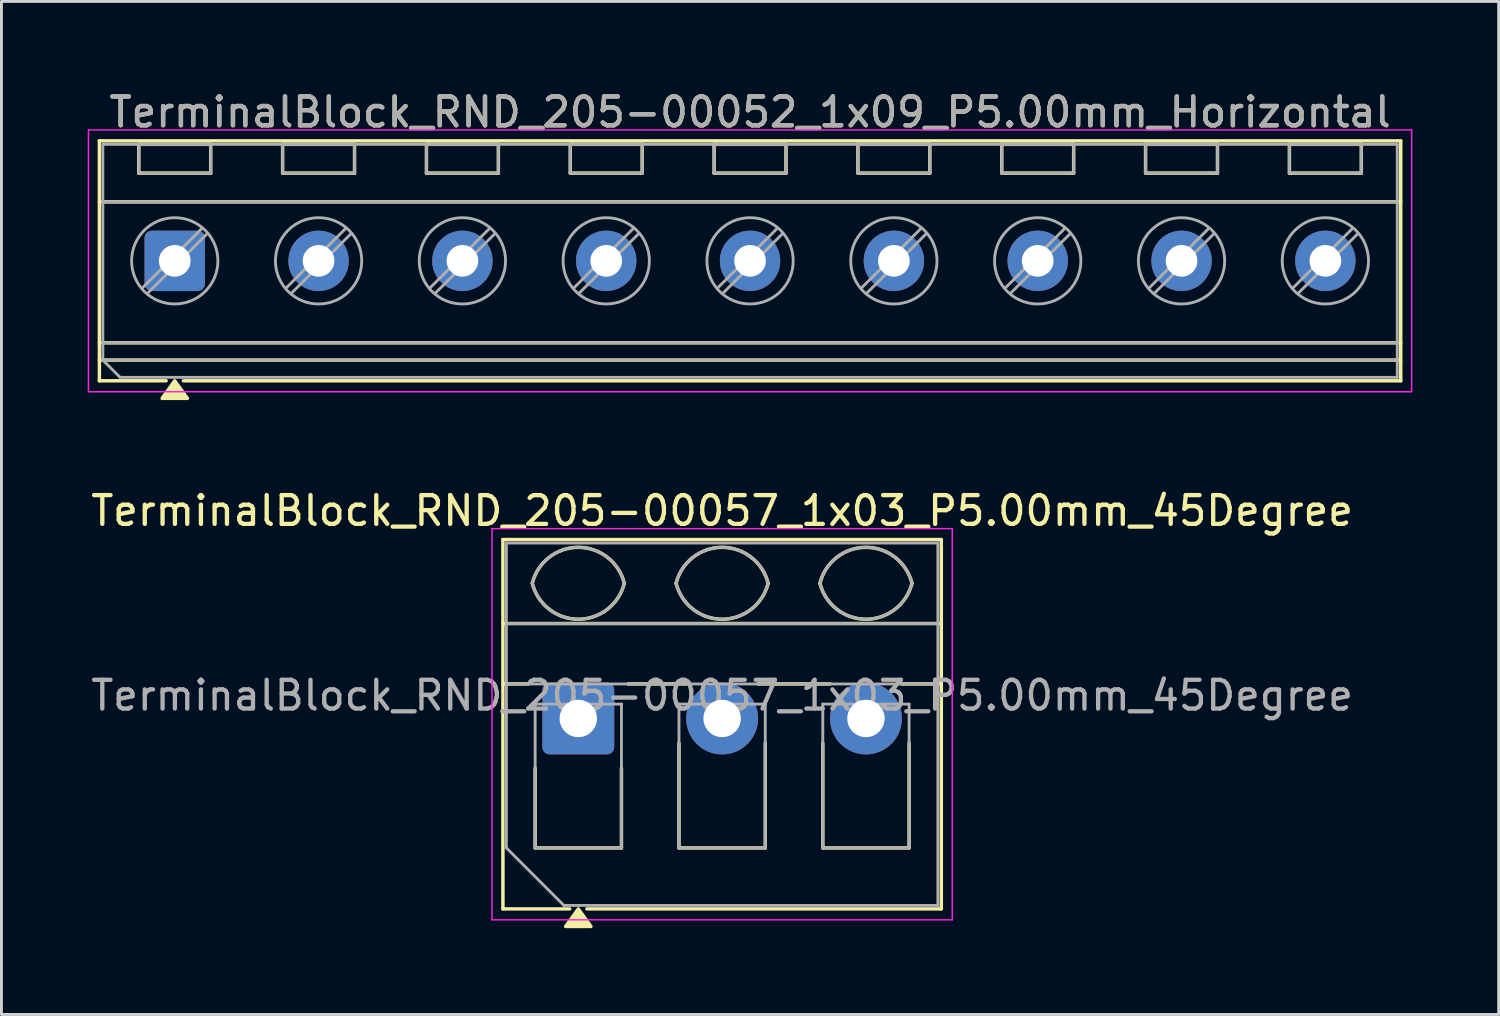
<source format=kicad_pcb>
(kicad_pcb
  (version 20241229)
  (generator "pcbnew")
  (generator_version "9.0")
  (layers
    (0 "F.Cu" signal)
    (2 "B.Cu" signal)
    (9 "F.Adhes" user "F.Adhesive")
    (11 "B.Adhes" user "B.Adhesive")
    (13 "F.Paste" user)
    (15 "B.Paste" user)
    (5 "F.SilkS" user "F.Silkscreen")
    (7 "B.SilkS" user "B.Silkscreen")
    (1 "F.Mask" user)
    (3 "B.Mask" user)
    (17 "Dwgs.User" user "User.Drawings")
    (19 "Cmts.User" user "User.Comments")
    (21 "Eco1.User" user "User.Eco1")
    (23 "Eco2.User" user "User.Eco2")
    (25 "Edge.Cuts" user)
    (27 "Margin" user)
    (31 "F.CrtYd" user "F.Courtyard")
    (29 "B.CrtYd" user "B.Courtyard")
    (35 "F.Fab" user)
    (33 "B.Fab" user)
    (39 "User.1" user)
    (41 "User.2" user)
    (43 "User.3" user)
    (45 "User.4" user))
  (footprint "TerminalBlock_RND_205-00057_1x03_P5.00mm_45Degree"
    (layer "F.Cu")
    (at 17.054 21.927)
    (property "Reference" "TerminalBlock_RND_205-00057_1x03_P5.00mm_45Degree" (at 5 -7.22 0) (layer "F.SilkS") (effects (font (size 1 1) (thickness 0.15))))
    (attr through_hole)
    (fp_line (start -2.62 -6.22) (end -2.62 6.62) (stroke (width 0.12) (type solid)) (layer "F.SilkS"))
    (fp_line (start -2.62 -6.22) (end 12.62 -6.22) (stroke (width 0.12) (type solid)) (layer "F.SilkS"))
    (fp_line (start -2.62 -3.3) (end 12.62 -3.3) (stroke (width 0.12) (type solid)) (layer "F.SilkS"))
    (fp_line (start -2.62 -1.2) (end -1.73 -1.2) (stroke (width 0.12) (type solid)) (layer "F.SilkS"))
    (fp_line (start -2.62 6.62) (end -0.3 6.62) (stroke (width 0.12) (type solid)) (layer "F.SilkS"))
    (fp_line (start -1.5 1.73) (end -1.5 4.5) (stroke (width 0.12) (type solid)) (layer "F.SilkS"))
    (fp_line (start -1.5 4.5) (end 1.5 4.5) (stroke (width 0.12) (type solid)) (layer "F.SilkS"))
    (fp_line (start 0.3 6.62) (end 12.62 6.62) (stroke (width 0.12) (type solid)) (layer "F.SilkS"))
    (fp_line (start 1.5 1.73) (end 1.5 4.5) (stroke (width 0.12) (type solid)) (layer "F.SilkS"))
    (fp_line (start 1.73 -1.2) (end 3.754 -1.2) (stroke (width 0.12) (type solid)) (layer "F.SilkS"))
    (fp_line (start 3.5 0.862) (end 3.5 4.5) (stroke (width 0.12) (type solid)) (layer "F.SilkS"))
    (fp_line (start 3.5 4.5) (end 6.5 4.5) (stroke (width 0.12) (type solid)) (layer "F.SilkS"))
    (fp_line (start 6.246 -1.2) (end 8.754 -1.2) (stroke (width 0.12) (type solid)) (layer "F.SilkS"))
    (fp_line (start 6.5 0.862) (end 6.5 4.5) (stroke (width 0.12) (type solid)) (layer "F.SilkS"))
    (fp_line (start 8.5 0.862) (end 8.5 4.5) (stroke (width 0.12) (type solid)) (layer "F.SilkS"))
    (fp_line (start 8.5 4.5) (end 11.5 4.5) (stroke (width 0.12) (type solid)) (layer "F.SilkS"))
    (fp_line (start 11.246 -1.2) (end 12.62 -1.2) (stroke (width 0.12) (type solid)) (layer "F.SilkS"))
    (fp_line (start 11.5 0.862) (end 11.5 4.5) (stroke (width 0.12) (type solid)) (layer "F.SilkS"))
    (fp_line (start 12.62 -6.22) (end 12.62 6.62) (stroke (width 0.12) (type solid)) (layer "F.SilkS"))
    (fp_arc (start -1.600031 -4.699875) (mid -0.000065 -5.95) (end 1.6 -4.7) (stroke (width 0.12) (type solid)) (layer "F.SilkS"))
    (fp_arc (start 1.6 -4.7) (mid -0.000065 -3.45) (end -1.600031 -4.700125) (stroke (width 0.12) (type solid)) (layer "F.SilkS"))
    (fp_arc (start 3.399969 -4.699875) (mid 4.999935 -5.95) (end 6.6 -4.7) (stroke (width 0.12) (type solid)) (layer "F.SilkS"))
    (fp_arc (start 6.6 -4.7) (mid 4.999935 -3.45) (end 3.399969 -4.700125) (stroke (width 0.12) (type solid)) (layer "F.SilkS"))
    (fp_arc (start 8.399969 -4.699875) (mid 9.999935 -5.95) (end 11.6 -4.7) (stroke (width 0.12) (type solid)) (layer "F.SilkS"))
    (fp_arc (start 11.6 -4.7) (mid 9.999935 -3.45) (end 8.399969 -4.700125) (stroke (width 0.12) (type solid)) (layer "F.SilkS"))
    (fp_poly (pts (xy 0 6.62) (xy 0.44 7.23) (xy -0.44 7.23)) (stroke (width 0.12) (type solid)) (fill yes) (layer "F.SilkS"))
    (fp_line (start -3 -6.6) (end -3 7) (stroke (width 0.05) (type solid)) (layer "F.CrtYd"))
    (fp_line (start -3 7) (end 13 7) (stroke (width 0.05) (type solid)) (layer "F.CrtYd"))
    (fp_line (start 13 -6.6) (end -3 -6.6) (stroke (width 0.05) (type solid)) (layer "F.CrtYd"))
    (fp_line (start 13 7) (end 13 -6.6) (stroke (width 0.05) (type solid)) (layer "F.CrtYd"))
    (fp_line (start -2.5 -6.1) (end 12.5 -6.1) (stroke (width 0.1) (type solid)) (layer "F.Fab"))
    (fp_line (start -2.5 -3.3) (end 12.5 -3.3) (stroke (width 0.1) (type solid)) (layer "F.Fab"))
    (fp_line (start -2.5 -1.2) (end 12.5 -1.2) (stroke (width 0.1) (type solid)) (layer "F.Fab"))
    (fp_line (start -2.5 4.5) (end -2.5 -6.1) (stroke (width 0.1) (type solid)) (layer "F.Fab"))
    (fp_line (start -1.5 -0.5) (end -1.5 4.5) (stroke (width 0.1) (type solid)) (layer "F.Fab"))
    (fp_line (start -1.5 4.5) (end 1.5 4.5) (stroke (width 0.1) (type solid)) (layer "F.Fab"))
    (fp_line (start -0.5 6.5) (end -2.5 4.5) (stroke (width 0.1) (type solid)) (layer "F.Fab"))
    (fp_line (start 1.5 -0.5) (end -1.5 -0.5) (stroke (width 0.1) (type solid)) (layer "F.Fab"))
    (fp_line (start 1.5 4.5) (end 1.5 -0.5) (stroke (width 0.1) (type solid)) (layer "F.Fab"))
    (fp_line (start 3.5 -0.5) (end 3.5 4.5) (stroke (width 0.1) (type solid)) (layer "F.Fab"))
    (fp_line (start 3.5 4.5) (end 6.5 4.5) (stroke (width 0.1) (type solid)) (layer "F.Fab"))
    (fp_line (start 6.5 -0.5) (end 3.5 -0.5) (stroke (width 0.1) (type solid)) (layer "F.Fab"))
    (fp_line (start 6.5 4.5) (end 6.5 -0.5) (stroke (width 0.1) (type solid)) (layer "F.Fab"))
    (fp_line (start 8.5 -0.5) (end 8.5 4.5) (stroke (width 0.1) (type solid)) (layer "F.Fab"))
    (fp_line (start 8.5 4.5) (end 11.5 4.5) (stroke (width 0.1) (type solid)) (layer "F.Fab"))
    (fp_line (start 11.5 -0.5) (end 8.5 -0.5) (stroke (width 0.1) (type solid)) (layer "F.Fab"))
    (fp_line (start 11.5 4.5) (end 11.5 -0.5) (stroke (width 0.1) (type solid)) (layer "F.Fab"))
    (fp_line (start 12.5 -6.1) (end 12.5 6.5) (stroke (width 0.1) (type solid)) (layer "F.Fab"))
    (fp_line (start 12.5 6.5) (end -0.5 6.5) (stroke (width 0.1) (type solid)) (layer "F.Fab"))
    (fp_arc (start -1.600914 -4.700344) (mid 0.000177 -5.95097) (end 1.601 -4.7) (stroke (width 0.1) (type solid)) (layer "F.Fab"))
    (fp_arc (start 1.6 -4.7) (mid -0.000065 -3.45) (end -1.600031 -4.700125) (stroke (width 0.1) (type solid)) (layer "F.Fab"))
    (fp_arc (start 3.399086 -4.700344) (mid 5.000177 -5.95097) (end 6.601 -4.7) (stroke (width 0.1) (type solid)) (layer "F.Fab"))
    (fp_arc (start 6.6 -4.7) (mid 4.999935 -3.45) (end 3.399969 -4.700125) (stroke (width 0.1) (type solid)) (layer "F.Fab"))
    (fp_arc (start 8.399086 -4.700344) (mid 10.000177 -5.95097) (end 11.601 -4.7) (stroke (width 0.1) (type solid)) (layer "F.Fab"))
    (fp_arc (start 11.6 -4.7) (mid 9.999935 -3.45) (end 8.399969 -4.700125) (stroke (width 0.1) (type solid)) (layer "F.Fab"))
    (fp_text user "${REFERENCE}" (at 5 -0.8 0) (layer "F.Fab") (effects (font (size 1 1) (thickness 0.15))))
    (pad "1" thru_hole roundrect (at 0 0) (size 2.5 2.5) (drill 1.3) (layers "*.Cu" "*.Mask") (roundrect_rratio 0.1))
    (pad "2" thru_hole circle (at 5 0) (size 2.5 2.5) (drill 1.3) (layers "*.Cu" "*.Mask"))
    (pad "3" thru_hole circle (at 10 0) (size 2.5 2.5) (drill 1.3) (layers "*.Cu" "*.Mask")))
  (footprint "TerminalBlock_RND_205-00052_1x09_P5.00mm_Horizontal"
    (layer "F.Cu")
    (at 3.025 6.018)
    (property "Reference" "TerminalBlock_RND_205-00052_1x09_P5.00mm_Horizontal" (at 20 -5.17 0) (layer "F.SilkS") (effects (font (size 1 1) (thickness 0.15))))
    (attr through_hole)
    (fp_line (start -2.62 -4.17) (end -2.62 4.17) (stroke (width 0.12) (type solid)) (layer "F.SilkS"))
    (fp_line (start -2.62 -4.17) (end 42.62 -4.17) (stroke (width 0.12) (type solid)) (layer "F.SilkS"))
    (fp_line (start -2.62 -2.05) (end 42.62 -2.05) (stroke (width 0.12) (type solid)) (layer "F.SilkS"))
    (fp_line (start -2.62 2.85) (end 42.62 2.85) (stroke (width 0.12) (type solid)) (layer "F.SilkS"))
    (fp_line (start -2.62 3.45) (end 42.62 3.45) (stroke (width 0.12) (type solid)) (layer "F.SilkS"))
    (fp_line (start -2.62 4.17) (end -0.3 4.17) (stroke (width 0.12) (type solid)) (layer "F.SilkS"))
    (fp_line (start -1.25 -4.05) (end -1.25 -3.05) (stroke (width 0.12) (type solid)) (layer "F.SilkS"))
    (fp_line (start -1.25 -4.05) (end 1.25 -4.05) (stroke (width 0.12) (type solid)) (layer "F.SilkS"))
    (fp_line (start -1.25 -3.05) (end 1.25 -3.05) (stroke (width 0.12) (type solid)) (layer "F.SilkS"))
    (fp_line (start 0.3 4.17) (end 42.62 4.17) (stroke (width 0.12) (type solid)) (layer "F.SilkS"))
    (fp_line (start 1.25 -4.05) (end 1.25 -3.05) (stroke (width 0.12) (type solid)) (layer "F.SilkS"))
    (fp_line (start 3.75 -4.05) (end 3.75 -3.05) (stroke (width 0.12) (type solid)) (layer "F.SilkS"))
    (fp_line (start 3.75 -4.05) (end 6.25 -4.05) (stroke (width 0.12) (type solid)) (layer "F.SilkS"))
    (fp_line (start 3.75 -3.05) (end 6.25 -3.05) (stroke (width 0.12) (type solid)) (layer "F.SilkS"))
    (fp_line (start 6.25 -4.05) (end 6.25 -3.05) (stroke (width 0.12) (type solid)) (layer "F.SilkS"))
    (fp_line (start 8.75 -4.05) (end 8.75 -3.05) (stroke (width 0.12) (type solid)) (layer "F.SilkS"))
    (fp_line (start 8.75 -4.05) (end 11.25 -4.05) (stroke (width 0.12) (type solid)) (layer "F.SilkS"))
    (fp_line (start 8.75 -3.05) (end 11.25 -3.05) (stroke (width 0.12) (type solid)) (layer "F.SilkS"))
    (fp_line (start 11.25 -4.05) (end 11.25 -3.05) (stroke (width 0.12) (type solid)) (layer "F.SilkS"))
    (fp_line (start 13.75 -4.05) (end 13.75 -3.05) (stroke (width 0.12) (type solid)) (layer "F.SilkS"))
    (fp_line (start 13.75 -4.05) (end 16.25 -4.05) (stroke (width 0.12) (type solid)) (layer "F.SilkS"))
    (fp_line (start 13.75 -3.05) (end 16.25 -3.05) (stroke (width 0.12) (type solid)) (layer "F.SilkS"))
    (fp_line (start 16.25 -4.05) (end 16.25 -3.05) (stroke (width 0.12) (type solid)) (layer "F.SilkS"))
    (fp_line (start 18.75 -4.05) (end 18.75 -3.05) (stroke (width 0.12) (type solid)) (layer "F.SilkS"))
    (fp_line (start 18.75 -4.05) (end 21.25 -4.05) (stroke (width 0.12) (type solid)) (layer "F.SilkS"))
    (fp_line (start 18.75 -3.05) (end 21.25 -3.05) (stroke (width 0.12) (type solid)) (layer "F.SilkS"))
    (fp_line (start 21.25 -4.05) (end 21.25 -3.05) (stroke (width 0.12) (type solid)) (layer "F.SilkS"))
    (fp_line (start 23.75 -4.05) (end 23.75 -3.05) (stroke (width 0.12) (type solid)) (layer "F.SilkS"))
    (fp_line (start 23.75 -4.05) (end 26.25 -4.05) (stroke (width 0.12) (type solid)) (layer "F.SilkS"))
    (fp_line (start 23.75 -3.05) (end 26.25 -3.05) (stroke (width 0.12) (type solid)) (layer "F.SilkS"))
    (fp_line (start 26.25 -4.05) (end 26.25 -3.05) (stroke (width 0.12) (type solid)) (layer "F.SilkS"))
    (fp_line (start 28.75 -4.05) (end 28.75 -3.05) (stroke (width 0.12) (type solid)) (layer "F.SilkS"))
    (fp_line (start 28.75 -4.05) (end 31.25 -4.05) (stroke (width 0.12) (type solid)) (layer "F.SilkS"))
    (fp_line (start 28.75 -3.05) (end 31.25 -3.05) (stroke (width 0.12) (type solid)) (layer "F.SilkS"))
    (fp_line (start 31.25 -4.05) (end 31.25 -3.05) (stroke (width 0.12) (type solid)) (layer "F.SilkS"))
    (fp_line (start 33.75 -4.05) (end 33.75 -3.05) (stroke (width 0.12) (type solid)) (layer "F.SilkS"))
    (fp_line (start 33.75 -4.05) (end 36.25 -4.05) (stroke (width 0.12) (type solid)) (layer "F.SilkS"))
    (fp_line (start 33.75 -3.05) (end 36.25 -3.05) (stroke (width 0.12) (type solid)) (layer "F.SilkS"))
    (fp_line (start 36.25 -4.05) (end 36.25 -3.05) (stroke (width 0.12) (type solid)) (layer "F.SilkS"))
    (fp_line (start 38.75 -4.05) (end 38.75 -3.05) (stroke (width 0.12) (type solid)) (layer "F.SilkS"))
    (fp_line (start 38.75 -4.05) (end 41.25 -4.05) (stroke (width 0.12) (type solid)) (layer "F.SilkS"))
    (fp_line (start 38.75 -3.05) (end 41.25 -3.05) (stroke (width 0.12) (type solid)) (layer "F.SilkS"))
    (fp_line (start 41.25 -4.05) (end 41.25 -3.05) (stroke (width 0.12) (type solid)) (layer "F.SilkS"))
    (fp_line (start 42.62 -4.17) (end 42.62 4.17) (stroke (width 0.12) (type solid)) (layer "F.SilkS"))
    (fp_poly (pts (xy 0 4.17) (xy 0.44 4.78) (xy -0.44 4.78)) (stroke (width 0.12) (type solid)) (fill yes) (layer "F.SilkS"))
    (fp_line (start -3 -4.55) (end -3 4.55) (stroke (width 0.05) (type solid)) (layer "F.CrtYd"))
    (fp_line (start -3 4.55) (end 43 4.55) (stroke (width 0.05) (type solid)) (layer "F.CrtYd"))
    (fp_line (start 43 -4.55) (end -3 -4.55) (stroke (width 0.05) (type solid)) (layer "F.CrtYd"))
    (fp_line (start 43 4.55) (end 43 -4.55) (stroke (width 0.05) (type solid)) (layer "F.CrtYd"))
    (fp_line (start -2.5 -4.05) (end 42.5 -4.05) (stroke (width 0.1) (type solid)) (layer "F.Fab"))
    (fp_line (start -2.5 -2.05) (end 42.5 -2.05) (stroke (width 0.1) (type solid)) (layer "F.Fab"))
    (fp_line (start -2.5 2.85) (end 42.5 2.85) (stroke (width 0.1) (type solid)) (layer "F.Fab"))
    (fp_line (start -2.5 3.45) (end -2.5 -4.05) (stroke (width 0.1) (type solid)) (layer "F.Fab"))
    (fp_line (start -2.5 3.45) (end 42.5 3.45) (stroke (width 0.1) (type solid)) (layer "F.Fab"))
    (fp_line (start -1.9 4.05) (end -2.5 3.45) (stroke (width 0.1) (type solid)) (layer "F.Fab"))
    (fp_line (start -1.25 -4.05) (end -1.25 -3.05) (stroke (width 0.1) (type solid)) (layer "F.Fab"))
    (fp_line (start -1.25 -3.05) (end 1.25 -3.05) (stroke (width 0.1) (type solid)) (layer "F.Fab"))
    (fp_line (start 0.955 -1.138) (end -1.138 0.954) (stroke (width 0.1) (type solid)) (layer "F.Fab"))
    (fp_line (start 1.138 -0.954) (end -0.955 1.137) (stroke (width 0.1) (type solid)) (layer "F.Fab"))
    (fp_line (start 1.25 -4.05) (end -1.25 -4.05) (stroke (width 0.1) (type solid)) (layer "F.Fab"))
    (fp_line (start 1.25 -3.05) (end 1.25 -4.05) (stroke (width 0.1) (type solid)) (layer "F.Fab"))
    (fp_line (start 3.75 -4.05) (end 3.75 -3.05) (stroke (width 0.1) (type solid)) (layer "F.Fab"))
    (fp_line (start 3.75 -3.05) (end 6.25 -3.05) (stroke (width 0.1) (type solid)) (layer "F.Fab"))
    (fp_line (start 5.955 -1.138) (end 3.862 0.954) (stroke (width 0.1) (type solid)) (layer "F.Fab"))
    (fp_line (start 6.138 -0.954) (end 4.045 1.137) (stroke (width 0.1) (type solid)) (layer "F.Fab"))
    (fp_line (start 6.25 -4.05) (end 3.75 -4.05) (stroke (width 0.1) (type solid)) (layer "F.Fab"))
    (fp_line (start 6.25 -3.05) (end 6.25 -4.05) (stroke (width 0.1) (type solid)) (layer "F.Fab"))
    (fp_line (start 8.75 -4.05) (end 8.75 -3.05) (stroke (width 0.1) (type solid)) (layer "F.Fab"))
    (fp_line (start 8.75 -3.05) (end 11.25 -3.05) (stroke (width 0.1) (type solid)) (layer "F.Fab"))
    (fp_line (start 10.955 -1.138) (end 8.862 0.954) (stroke (width 0.1) (type solid)) (layer "F.Fab"))
    (fp_line (start 11.138 -0.954) (end 9.045 1.137) (stroke (width 0.1) (type solid)) (layer "F.Fab"))
    (fp_line (start 11.25 -4.05) (end 8.75 -4.05) (stroke (width 0.1) (type solid)) (layer "F.Fab"))
    (fp_line (start 11.25 -3.05) (end 11.25 -4.05) (stroke (width 0.1) (type solid)) (layer "F.Fab"))
    (fp_line (start 13.75 -4.05) (end 13.75 -3.05) (stroke (width 0.1) (type solid)) (layer "F.Fab"))
    (fp_line (start 13.75 -3.05) (end 16.25 -3.05) (stroke (width 0.1) (type solid)) (layer "F.Fab"))
    (fp_line (start 15.955 -1.138) (end 13.862 0.954) (stroke (width 0.1) (type solid)) (layer "F.Fab"))
    (fp_line (start 16.138 -0.954) (end 14.045 1.137) (stroke (width 0.1) (type solid)) (layer "F.Fab"))
    (fp_line (start 16.25 -4.05) (end 13.75 -4.05) (stroke (width 0.1) (type solid)) (layer "F.Fab"))
    (fp_line (start 16.25 -3.05) (end 16.25 -4.05) (stroke (width 0.1) (type solid)) (layer "F.Fab"))
    (fp_line (start 18.75 -4.05) (end 18.75 -3.05) (stroke (width 0.1) (type solid)) (layer "F.Fab"))
    (fp_line (start 18.75 -3.05) (end 21.25 -3.05) (stroke (width 0.1) (type solid)) (layer "F.Fab"))
    (fp_line (start 20.955 -1.138) (end 18.862 0.954) (stroke (width 0.1) (type solid)) (layer "F.Fab"))
    (fp_line (start 21.138 -0.954) (end 19.045 1.137) (stroke (width 0.1) (type solid)) (layer "F.Fab"))
    (fp_line (start 21.25 -4.05) (end 18.75 -4.05) (stroke (width 0.1) (type solid)) (layer "F.Fab"))
    (fp_line (start 21.25 -3.05) (end 21.25 -4.05) (stroke (width 0.1) (type solid)) (layer "F.Fab"))
    (fp_line (start 23.75 -4.05) (end 23.75 -3.05) (stroke (width 0.1) (type solid)) (layer "F.Fab"))
    (fp_line (start 23.75 -3.05) (end 26.25 -3.05) (stroke (width 0.1) (type solid)) (layer "F.Fab"))
    (fp_line (start 25.955 -1.138) (end 23.862 0.954) (stroke (width 0.1) (type solid)) (layer "F.Fab"))
    (fp_line (start 26.138 -0.954) (end 24.045 1.137) (stroke (width 0.1) (type solid)) (layer "F.Fab"))
    (fp_line (start 26.25 -4.05) (end 23.75 -4.05) (stroke (width 0.1) (type solid)) (layer "F.Fab"))
    (fp_line (start 26.25 -3.05) (end 26.25 -4.05) (stroke (width 0.1) (type solid)) (layer "F.Fab"))
    (fp_line (start 28.75 -4.05) (end 28.75 -3.05) (stroke (width 0.1) (type solid)) (layer "F.Fab"))
    (fp_line (start 28.75 -3.05) (end 31.25 -3.05) (stroke (width 0.1) (type solid)) (layer "F.Fab"))
    (fp_line (start 30.955 -1.138) (end 28.862 0.954) (stroke (width 0.1) (type solid)) (layer "F.Fab"))
    (fp_line (start 31.138 -0.954) (end 29.045 1.137) (stroke (width 0.1) (type solid)) (layer "F.Fab"))
    (fp_line (start 31.25 -4.05) (end 28.75 -4.05) (stroke (width 0.1) (type solid)) (layer "F.Fab"))
    (fp_line (start 31.25 -3.05) (end 31.25 -4.05) (stroke (width 0.1) (type solid)) (layer "F.Fab"))
    (fp_line (start 33.75 -4.05) (end 33.75 -3.05) (stroke (width 0.1) (type solid)) (layer "F.Fab"))
    (fp_line (start 33.75 -3.05) (end 36.25 -3.05) (stroke (width 0.1) (type solid)) (layer "F.Fab"))
    (fp_line (start 35.955 -1.138) (end 33.862 0.954) (stroke (width 0.1) (type solid)) (layer "F.Fab"))
    (fp_line (start 36.138 -0.954) (end 34.045 1.137) (stroke (width 0.1) (type solid)) (layer "F.Fab"))
    (fp_line (start 36.25 -4.05) (end 33.75 -4.05) (stroke (width 0.1) (type solid)) (layer "F.Fab"))
    (fp_line (start 36.25 -3.05) (end 36.25 -4.05) (stroke (width 0.1) (type solid)) (layer "F.Fab"))
    (fp_line (start 38.75 -4.05) (end 38.75 -3.05) (stroke (width 0.1) (type solid)) (layer "F.Fab"))
    (fp_line (start 38.75 -3.05) (end 41.25 -3.05) (stroke (width 0.1) (type solid)) (layer "F.Fab"))
    (fp_line (start 40.955 -1.138) (end 38.862 0.954) (stroke (width 0.1) (type solid)) (layer "F.Fab"))
    (fp_line (start 41.138 -0.954) (end 39.045 1.137) (stroke (width 0.1) (type solid)) (layer "F.Fab"))
    (fp_line (start 41.25 -4.05) (end 38.75 -4.05) (stroke (width 0.1) (type solid)) (layer "F.Fab"))
    (fp_line (start 41.25 -3.05) (end 41.25 -4.05) (stroke (width 0.1) (type solid)) (layer "F.Fab"))
    (fp_line (start 42.5 -4.05) (end 42.5 4.05) (stroke (width 0.1) (type solid)) (layer "F.Fab"))
    (fp_line (start 42.5 4.05) (end -1.9 4.05) (stroke (width 0.1) (type solid)) (layer "F.Fab"))
    (fp_circle (center 0 0) (end 1.5 0) (stroke (width 0.1) (type solid)) (fill no) (layer "F.Fab"))
    (fp_circle (center 5 0) (end 6.5 0) (stroke (width 0.1) (type solid)) (fill no) (layer "F.Fab"))
    (fp_circle (center 10 0) (end 11.5 0) (stroke (width 0.1) (type solid)) (fill no) (layer "F.Fab"))
    (fp_circle (center 15 0) (end 16.5 0) (stroke (width 0.1) (type solid)) (fill no) (layer "F.Fab"))
    (fp_circle (center 20 0) (end 21.5 0) (stroke (width 0.1) (type solid)) (fill no) (layer "F.Fab"))
    (fp_circle (center 25 0) (end 26.5 0) (stroke (width 0.1) (type solid)) (fill no) (layer "F.Fab"))
    (fp_circle (center 30 0) (end 31.5 0) (stroke (width 0.1) (type solid)) (fill no) (layer "F.Fab"))
    (fp_circle (center 35 0) (end 36.5 0) (stroke (width 0.1) (type solid)) (fill no) (layer "F.Fab"))
    (fp_circle (center 40 0) (end 41.5 0) (stroke (width 0.1) (type solid)) (fill no) (layer "F.Fab"))
    (fp_text user "${REFERENCE}" (at 20 -5.17 0) (layer "F.Fab") (effects (font (size 1 1) (thickness 0.15))))
    (pad "1" thru_hole roundrect (at 0 0) (size 2.1 2.1) (drill 1.1) (layers "*.Cu" "*.Mask") (roundrect_rratio 0.119))
    (pad "2" thru_hole circle (at 5 0) (size 2.1 2.1) (drill 1.1) (layers "*.Cu" "*.Mask"))
    (pad "3" thru_hole circle (at 10 0) (size 2.1 2.1) (drill 1.1) (layers "*.Cu" "*.Mask"))
    (pad "4" thru_hole circle (at 15 0) (size 2.1 2.1) (drill 1.1) (layers "*.Cu" "*.Mask"))
    (pad "5" thru_hole circle (at 20 0) (size 2.1 2.1) (drill 1.1) (layers "*.Cu" "*.Mask"))
    (pad "6" thru_hole circle (at 25 0) (size 2.1 2.1) (drill 1.1) (layers "*.Cu" "*.Mask"))
    (pad "7" thru_hole circle (at 30 0) (size 2.1 2.1) (drill 1.1) (layers "*.Cu" "*.Mask"))
    (pad "8" thru_hole circle (at 35 0) (size 2.1 2.1) (drill 1.1) (layers "*.Cu" "*.Mask"))
    (pad "9" thru_hole circle (at 40 0) (size 2.1 2.1) (drill 1.1) (layers "*.Cu" "*.Mask")))
  (gr_rect
    (start -3 -3)
    (end 49.05 32.217)
    (stroke (width 0.1) (type default))
    (fill no)
    (layer "Edge.Cuts")))
</source>
